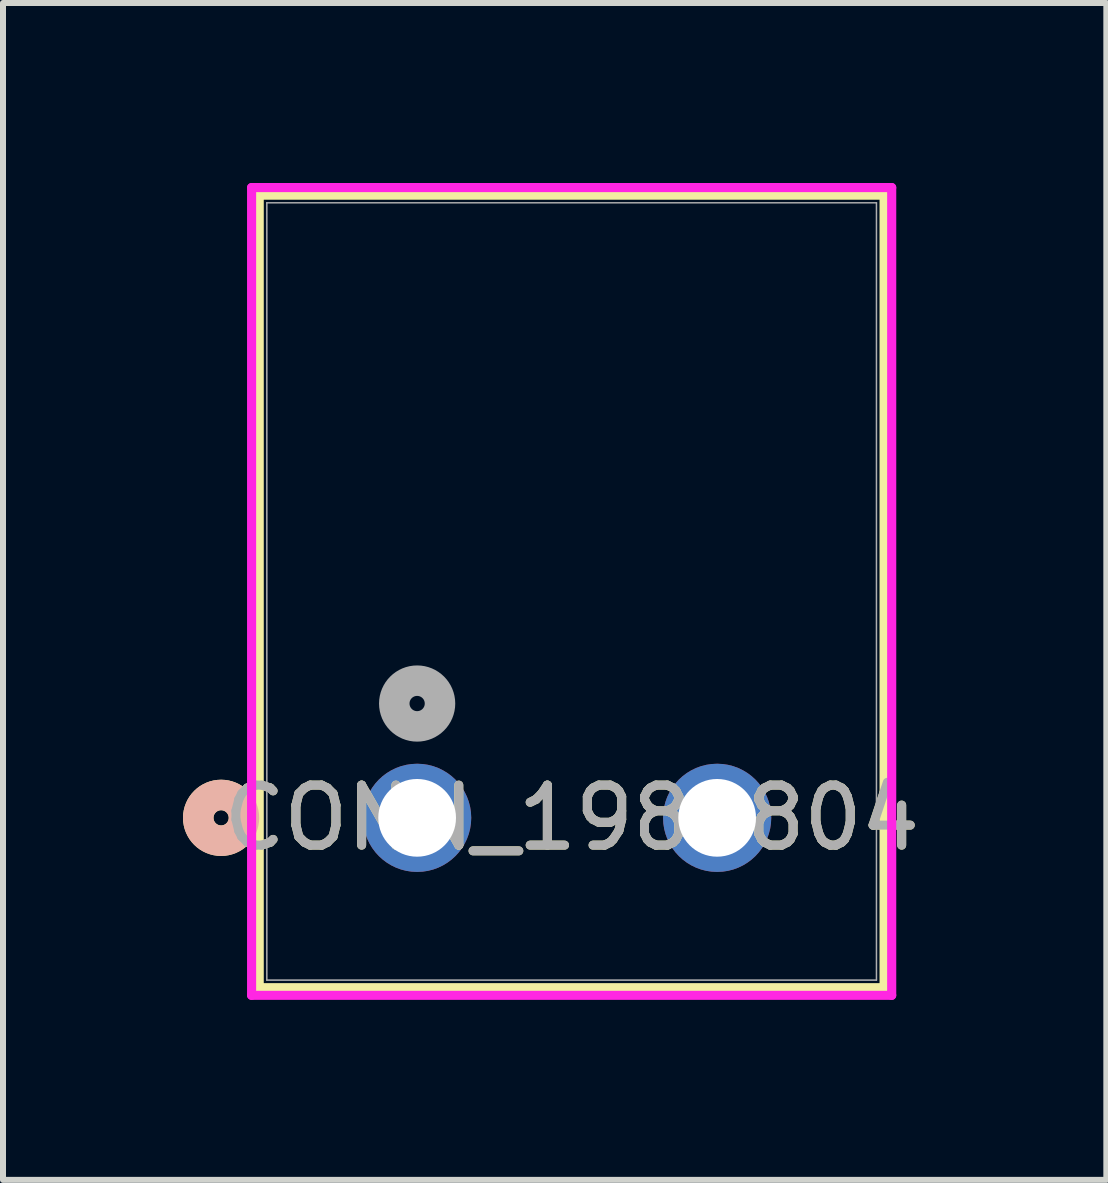
<source format=kicad_pcb>
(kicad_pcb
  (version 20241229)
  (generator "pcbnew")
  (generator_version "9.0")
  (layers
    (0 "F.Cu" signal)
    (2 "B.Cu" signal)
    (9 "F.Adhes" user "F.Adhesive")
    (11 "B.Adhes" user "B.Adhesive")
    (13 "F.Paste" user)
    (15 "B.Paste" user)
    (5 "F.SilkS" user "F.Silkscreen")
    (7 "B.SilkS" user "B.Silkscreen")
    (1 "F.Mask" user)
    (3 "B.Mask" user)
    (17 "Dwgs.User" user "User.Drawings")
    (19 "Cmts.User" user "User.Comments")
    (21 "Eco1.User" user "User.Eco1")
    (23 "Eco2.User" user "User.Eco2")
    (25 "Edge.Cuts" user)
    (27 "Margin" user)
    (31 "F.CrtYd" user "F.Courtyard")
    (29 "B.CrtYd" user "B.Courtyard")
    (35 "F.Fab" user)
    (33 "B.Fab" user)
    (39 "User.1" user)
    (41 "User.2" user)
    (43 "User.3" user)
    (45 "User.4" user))
  (footprint "CONN_1988804"
    (layer "F.Cu")
    (at 9.052 10.58)
    (property "Reference" "CONN_1988804" (at -2.575 0 0) (unlocked yes) (layer "F.SilkS") (effects (font (size 1 1) (thickness 0.15))))
    (attr through_hole)
    (fp_line (start -7.782 -10.377) (end -7.782 2.831) (stroke (width 0.152) (type solid)) (layer "F.SilkS"))
    (fp_line (start -7.782 2.831) (end 2.632 2.831) (stroke (width 0.152) (type solid)) (layer "F.SilkS"))
    (fp_line (start 2.632 -10.377) (end -7.782 -10.377) (stroke (width 0.152) (type solid)) (layer "F.SilkS"))
    (fp_line (start 2.632 2.831) (end 2.632 -10.377) (stroke (width 0.152) (type solid)) (layer "F.SilkS"))
    (fp_circle (center -8.417 0) (end -8.036 0) (stroke (width 0.508) (type solid)) (fill no) (layer "F.SilkS"))
    (fp_circle (center -8.417 0) (end -8.036 0) (stroke (width 0.508) (type solid)) (fill no) (layer "B.SilkS"))
    (fp_line (start -7.909 -10.504) (end -7.909 2.958) (stroke (width 0.152) (type solid)) (layer "F.CrtYd"))
    (fp_line (start -7.909 2.958) (end 2.759 2.958) (stroke (width 0.152) (type solid)) (layer "F.CrtYd"))
    (fp_line (start 2.759 -10.504) (end -7.909 -10.504) (stroke (width 0.152) (type solid)) (layer "F.CrtYd"))
    (fp_line (start 2.759 2.958) (end 2.759 -10.504) (stroke (width 0.152) (type solid)) (layer "F.CrtYd"))
    (fp_line (start -7.655 -10.25) (end -7.655 2.704) (stroke (width 0.025) (type solid)) (layer "F.Fab"))
    (fp_line (start -7.655 2.704) (end 2.505 2.704) (stroke (width 0.025) (type solid)) (layer "F.Fab"))
    (fp_line (start 2.505 -10.25) (end -7.655 -10.25) (stroke (width 0.025) (type solid)) (layer "F.Fab"))
    (fp_line (start 2.505 2.704) (end 2.505 -10.25) (stroke (width 0.025) (type solid)) (layer "F.Fab"))
    (fp_circle (center -5.15 -1.905) (end -4.769 -1.905) (stroke (width 0.508) (type solid)) (fill no) (layer "F.Fab"))
    (fp_text user "${REFERENCE}" (at -2.575 0 0) (unlocked yes) (layer "F.Fab") (effects (font (size 1 1) (thickness 0.15))))
    (pad "1" thru_hole circle (at -5.15 0) (size 1.803 1.803) (drill 1.295) (layers "*.Cu" "*.Mask"))
    (pad "2" thru_hole circle (at -0.15 0) (size 1.803 1.803) (drill 1.295) (layers "*.Cu" "*.Mask")))
  (gr_rect
    (start -3 -3)
    (end 15.388 16.614)
    (stroke (width 0.1) (type default))
    (fill no)
    (layer "Edge.Cuts")))
</source>
